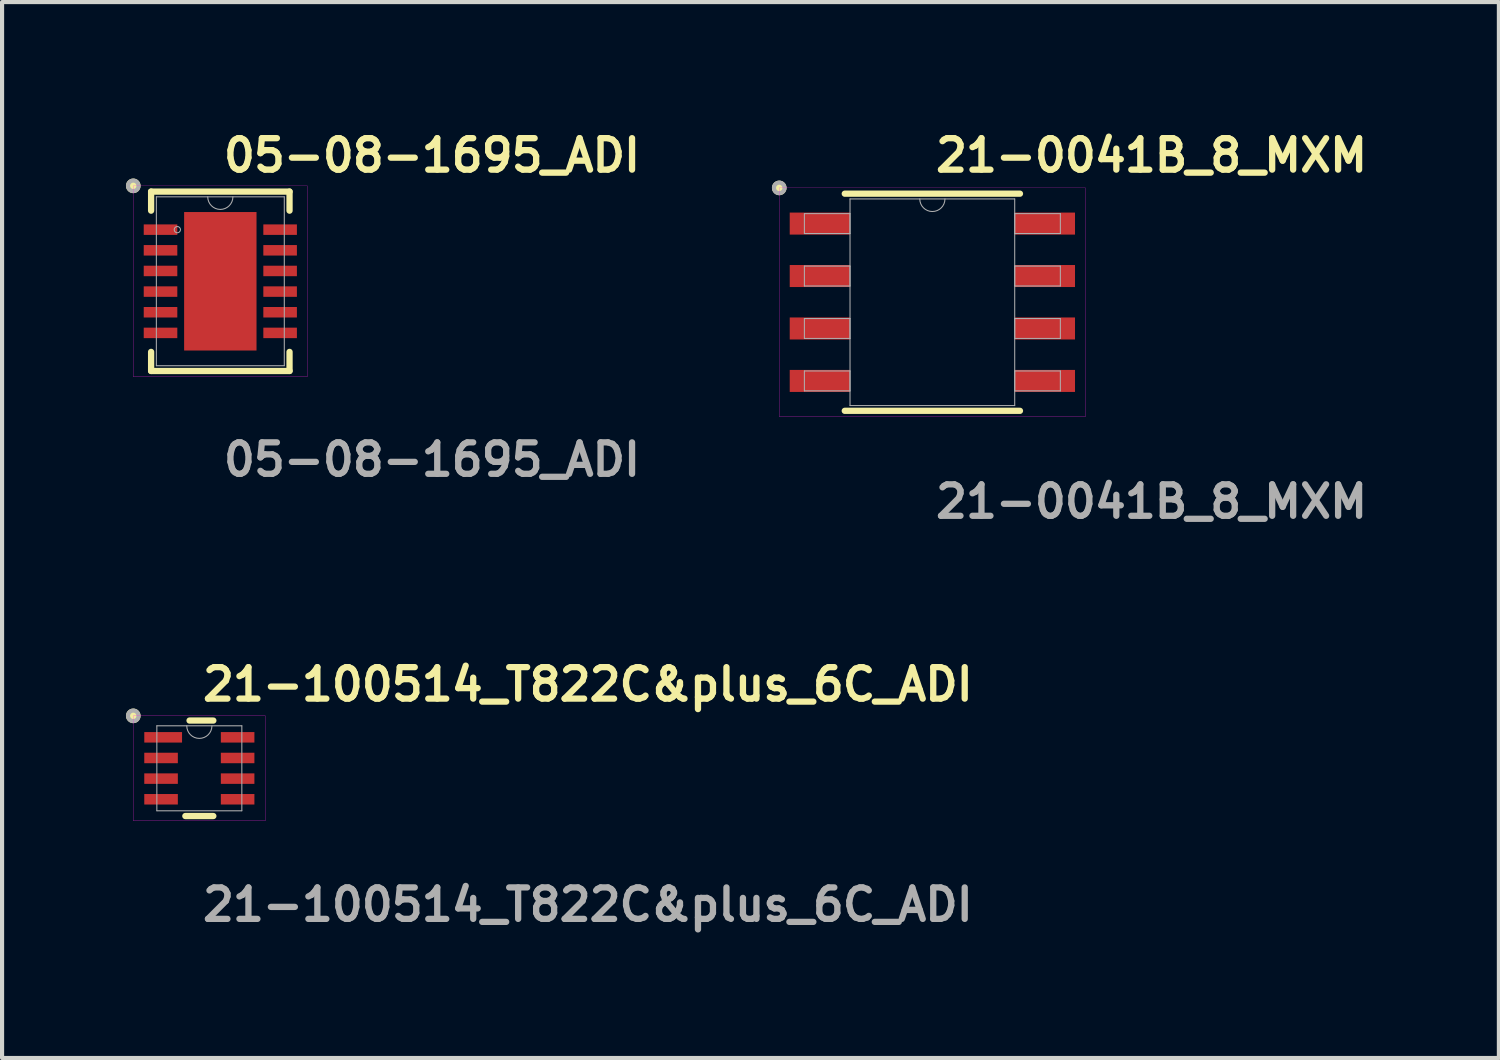
<source format=kicad_pcb>
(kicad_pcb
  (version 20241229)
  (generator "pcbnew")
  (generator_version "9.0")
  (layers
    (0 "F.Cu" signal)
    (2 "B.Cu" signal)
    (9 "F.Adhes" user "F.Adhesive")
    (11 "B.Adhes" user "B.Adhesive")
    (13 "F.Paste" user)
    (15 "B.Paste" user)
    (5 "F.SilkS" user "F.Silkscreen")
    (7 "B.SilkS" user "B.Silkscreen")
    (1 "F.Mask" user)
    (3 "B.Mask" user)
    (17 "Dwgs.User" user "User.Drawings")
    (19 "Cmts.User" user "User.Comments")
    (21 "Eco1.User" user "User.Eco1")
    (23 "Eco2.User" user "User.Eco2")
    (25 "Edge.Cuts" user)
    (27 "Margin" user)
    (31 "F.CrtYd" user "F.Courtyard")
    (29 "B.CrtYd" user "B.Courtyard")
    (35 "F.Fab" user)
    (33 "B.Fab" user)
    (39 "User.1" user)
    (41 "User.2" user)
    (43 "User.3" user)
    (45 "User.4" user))
  (footprint "21-0041B_8_MXM"
    (layer "F.Cu")
    (at 19.527 4.269)
    (property "Reference" "21-0041B_8_MXM" (at 0 -3.556 0) (unlocked yes) (layer "F.SilkS") (effects (font (size 0.762 0.762) (thickness 0.152) (bold yes)) (justify left)))
    (attr smd)
    (fp_line (start -2.121 2.629) (end 2.121 2.629) (stroke (width 0.152) (type solid)) (layer "F.SilkS"))
    (fp_line (start 2.121 -2.629) (end -2.121 -2.629) (stroke (width 0.152) (type solid)) (layer "F.SilkS"))
    (fp_circle (center -3.708 -2.769) (end -3.581 -2.769) (stroke (width 0.1) (type solid)) (fill yes) (layer "F.SilkS"))
    (fp_rect (start -3.708 -2.769) (end 3.708 2.769) (stroke (width 0.006) (type default)) (fill no) (layer "F.CrtYd"))
    (fp_line (start -3.099 -2.146) (end -3.099 -1.664) (stroke (width 0.025) (type solid)) (layer "F.Fab"))
    (fp_line (start -3.099 -1.664) (end -1.994 -1.664) (stroke (width 0.025) (type solid)) (layer "F.Fab"))
    (fp_line (start -3.099 -0.876) (end -3.099 -0.394) (stroke (width 0.025) (type solid)) (layer "F.Fab"))
    (fp_line (start -3.099 -0.394) (end -1.994 -0.394) (stroke (width 0.025) (type solid)) (layer "F.Fab"))
    (fp_line (start -3.099 0.394) (end -3.099 0.876) (stroke (width 0.025) (type solid)) (layer "F.Fab"))
    (fp_line (start -3.099 0.876) (end -1.994 0.876) (stroke (width 0.025) (type solid)) (layer "F.Fab"))
    (fp_line (start -3.099 1.664) (end -3.099 2.146) (stroke (width 0.025) (type solid)) (layer "F.Fab"))
    (fp_line (start -3.099 2.146) (end -1.994 2.146) (stroke (width 0.025) (type solid)) (layer "F.Fab"))
    (fp_line (start -1.994 -2.502) (end -1.994 2.502) (stroke (width 0.025) (type solid)) (layer "F.Fab"))
    (fp_line (start -1.994 -2.146) (end -3.099 -2.146) (stroke (width 0.025) (type solid)) (layer "F.Fab"))
    (fp_line (start -1.994 -1.664) (end -1.994 -2.146) (stroke (width 0.025) (type solid)) (layer "F.Fab"))
    (fp_line (start -1.994 -0.876) (end -3.099 -0.876) (stroke (width 0.025) (type solid)) (layer "F.Fab"))
    (fp_line (start -1.994 -0.394) (end -1.994 -0.876) (stroke (width 0.025) (type solid)) (layer "F.Fab"))
    (fp_line (start -1.994 0.394) (end -3.099 0.394) (stroke (width 0.025) (type solid)) (layer "F.Fab"))
    (fp_line (start -1.994 0.876) (end -1.994 0.394) (stroke (width 0.025) (type solid)) (layer "F.Fab"))
    (fp_line (start -1.994 1.664) (end -3.099 1.664) (stroke (width 0.025) (type solid)) (layer "F.Fab"))
    (fp_line (start -1.994 2.146) (end -1.994 1.664) (stroke (width 0.025) (type solid)) (layer "F.Fab"))
    (fp_line (start -1.994 2.502) (end 1.994 2.502) (stroke (width 0.025) (type solid)) (layer "F.Fab"))
    (fp_line (start 1.994 -2.502) (end -1.994 -2.502) (stroke (width 0.025) (type solid)) (layer "F.Fab"))
    (fp_line (start 1.994 -2.146) (end 1.994 -1.664) (stroke (width 0.025) (type solid)) (layer "F.Fab"))
    (fp_line (start 1.994 -1.664) (end 3.099 -1.664) (stroke (width 0.025) (type solid)) (layer "F.Fab"))
    (fp_line (start 1.994 -0.876) (end 1.994 -0.394) (stroke (width 0.025) (type solid)) (layer "F.Fab"))
    (fp_line (start 1.994 -0.394) (end 3.099 -0.394) (stroke (width 0.025) (type solid)) (layer "F.Fab"))
    (fp_line (start 1.994 0.394) (end 1.994 0.876) (stroke (width 0.025) (type solid)) (layer "F.Fab"))
    (fp_line (start 1.994 0.876) (end 3.099 0.876) (stroke (width 0.025) (type solid)) (layer "F.Fab"))
    (fp_line (start 1.994 1.664) (end 1.994 2.146) (stroke (width 0.025) (type solid)) (layer "F.Fab"))
    (fp_line (start 1.994 2.146) (end 3.099 2.146) (stroke (width 0.025) (type solid)) (layer "F.Fab"))
    (fp_line (start 1.994 2.502) (end 1.994 -2.502) (stroke (width 0.025) (type solid)) (layer "F.Fab"))
    (fp_line (start 3.099 -2.146) (end 1.994 -2.146) (stroke (width 0.025) (type solid)) (layer "F.Fab"))
    (fp_line (start 3.099 -1.664) (end 3.099 -2.146) (stroke (width 0.025) (type solid)) (layer "F.Fab"))
    (fp_line (start 3.099 -0.876) (end 1.994 -0.876) (stroke (width 0.025) (type solid)) (layer "F.Fab"))
    (fp_line (start 3.099 -0.394) (end 3.099 -0.876) (stroke (width 0.025) (type solid)) (layer "F.Fab"))
    (fp_line (start 3.099 0.394) (end 1.994 0.394) (stroke (width 0.025) (type solid)) (layer "F.Fab"))
    (fp_line (start 3.099 0.876) (end 3.099 0.394) (stroke (width 0.025) (type solid)) (layer "F.Fab"))
    (fp_line (start 3.099 1.664) (end 1.994 1.664) (stroke (width 0.025) (type solid)) (layer "F.Fab"))
    (fp_line (start 3.099 2.146) (end 3.099 1.664) (stroke (width 0.025) (type solid)) (layer "F.Fab"))
    (fp_arc (start 0.3048 -2.5019) (mid 0 -2.1971) (end -0.3048 -2.5019) (stroke (width 0.0254) (type solid)) (layer "F.Fab"))
    (fp_circle (center -3.708 -2.769) (end -3.581 -2.769) (stroke (width 0.1) (type solid)) (fill no) (layer "F.Fab"))
    (fp_text user "${REFERENCE}" (at 0 4.826 0) (unlocked yes) (layer "F.Fab") (effects (font (size 0.762 0.762) (thickness 0.152) (bold yes)) (justify left)))
    (pad "1" smd rect (at -2.724 -1.905) (size 1.46 0.533) (layers "F.Cu" "F.Mask" "F.Paste"))
    (pad "2" smd rect (at -2.724 -0.635) (size 1.46 0.533) (layers "F.Cu" "F.Mask" "F.Paste"))
    (pad "3" smd rect (at -2.724 0.635) (size 1.46 0.533) (layers "F.Cu" "F.Mask" "F.Paste"))
    (pad "4" smd rect (at -2.724 1.905) (size 1.46 0.533) (layers "F.Cu" "F.Mask" "F.Paste"))
    (pad "5" smd rect (at 2.724 1.905) (size 1.46 0.533) (layers "F.Cu" "F.Mask" "F.Paste"))
    (pad "6" smd rect (at 2.724 0.635) (size 1.46 0.533) (layers "F.Cu" "F.Mask" "F.Paste"))
    (pad "7" smd rect (at 2.724 -0.635) (size 1.46 0.533) (layers "F.Cu" "F.Mask" "F.Paste"))
    (pad "8" smd rect (at 2.724 -1.905) (size 1.46 0.533) (layers "F.Cu" "F.Mask" "F.Paste")))
  (footprint "05-08-1695_ADI"
    (layer "F.Cu")
    (at 2.285 3.761)
    (property "Reference" "05-08-1695_ADI" (at 0 -3.048 0) (unlocked yes) (layer "F.SilkS") (effects (font (size 0.762 0.762) (thickness 0.152) (bold yes)) (justify left)))
    (attr smd)
    (fp_line (start -1.676 -2.172) (end -1.676 -1.71) (stroke (width 0.152) (type solid)) (layer "F.SilkS"))
    (fp_line (start -1.676 1.71) (end -1.676 2.172) (stroke (width 0.152) (type solid)) (layer "F.SilkS"))
    (fp_line (start -1.676 2.172) (end 1.676 2.172) (stroke (width 0.152) (type solid)) (layer "F.SilkS"))
    (fp_line (start 1.676 -2.172) (end -1.676 -2.172) (stroke (width 0.152) (type solid)) (layer "F.SilkS"))
    (fp_line (start 1.676 -1.71) (end 1.676 -2.172) (stroke (width 0.152) (type solid)) (layer "F.SilkS"))
    (fp_line (start 1.676 2.172) (end 1.676 1.71) (stroke (width 0.152) (type solid)) (layer "F.SilkS"))
    (fp_circle (center -2.108 -2.311) (end -1.981 -2.311) (stroke (width 0.1) (type solid)) (fill yes) (layer "F.SilkS"))
    (fp_poly (pts (xy -0.776 -1.576) (xy -0.776 -0.1) (xy 0.776 -0.1) (xy 0.776 -1.576)) (stroke (width 0) (type solid)) (fill yes) (layer "F.Paste"))
    (fp_poly (pts (xy -0.776 0.1) (xy -0.776 1.576) (xy 0.776 1.576) (xy 0.776 0.1)) (stroke (width 0) (type solid)) (fill yes) (layer "F.Paste"))
    (fp_rect (start -2.108 -2.311) (end 2.108 2.311) (stroke (width 0.006) (type default)) (fill no) (layer "F.CrtYd"))
    (fp_line (start -1.549 -2.045) (end -1.549 2.045) (stroke (width 0.025) (type solid)) (layer "F.Fab"))
    (fp_line (start -1.549 2.045) (end 1.549 2.045) (stroke (width 0.025) (type solid)) (layer "F.Fab"))
    (fp_line (start 1.549 -2.045) (end -1.549 -2.045) (stroke (width 0.025) (type solid)) (layer "F.Fab"))
    (fp_line (start 1.549 2.045) (end 1.549 -2.045) (stroke (width 0.025) (type solid)) (layer "F.Fab"))
    (fp_arc (start 0.3048 -2.0447) (mid 0 -1.7399) (end -0.3048 -2.0447) (stroke (width 0.0254) (type solid)) (layer "F.Fab"))
    (fp_circle (center -2.108 -2.311) (end -1.981 -2.311) (stroke (width 0.1) (type solid)) (fill no) (layer "F.Fab"))
    (fp_circle (center -1.041 -1.25) (end -0.965 -1.25) (stroke (width 0.025) (type solid)) (fill no) (layer "F.Fab"))
    (fp_text user "${REFERENCE}" (at 0 4.318 0) (unlocked yes) (layer "F.Fab") (effects (font (size 0.762 0.762) (thickness 0.152) (bold yes)) (justify left)))
    (pad "1" smd rect (at -1.448 -1.25) (size 0.813 0.254) (layers "F.Cu" "F.Mask" "F.Paste"))
    (pad "2" smd rect (at -1.448 -0.75) (size 0.813 0.254) (layers "F.Cu" "F.Mask" "F.Paste"))
    (pad "3" smd rect (at -1.448 -0.25) (size 0.813 0.254) (layers "F.Cu" "F.Mask" "F.Paste"))
    (pad "4" smd rect (at -1.448 0.25) (size 0.813 0.254) (layers "F.Cu" "F.Mask" "F.Paste"))
    (pad "5" smd rect (at -1.448 0.75) (size 0.813 0.254) (layers "F.Cu" "F.Mask" "F.Paste"))
    (pad "6" smd rect (at -1.448 1.25) (size 0.813 0.254) (layers "F.Cu" "F.Mask" "F.Paste"))
    (pad "7" smd rect (at 1.448 1.25) (size 0.813 0.254) (layers "F.Cu" "F.Mask" "F.Paste"))
    (pad "8" smd rect (at 1.448 0.75) (size 0.813 0.254) (layers "F.Cu" "F.Mask" "F.Paste"))
    (pad "9" smd rect (at 1.448 0.25) (size 0.813 0.254) (layers "F.Cu" "F.Mask" "F.Paste"))
    (pad "10" smd rect (at 1.448 -0.25) (size 0.813 0.254) (layers "F.Cu" "F.Mask" "F.Paste"))
    (pad "11" smd rect (at 1.448 -0.75) (size 0.813 0.254) (layers "F.Cu" "F.Mask" "F.Paste"))
    (pad "12" smd rect (at 1.448 -1.25) (size 0.813 0.254) (layers "F.Cu" "F.Mask" "F.Paste"))
    (pad "13" smd rect (at 0 0) (size 1.753 3.353) (layers "F.Cu" "F.Mask" "F.Paste")))
  (footprint "21-100514_T822C&plus_6C_ADI"
    (layer "F.Cu")
    (at 1.777 15.554)
    (property "Reference" "21-100514_T822C&plus_6C_ADI" (at 0 -2.032 0) (unlocked yes) (layer "F.SilkS") (effects (font (size 0.762 0.762) (thickness 0.152) (bold yes)) (justify left)))
    (attr smd)
    (fp_line (start -0.339 1.156) (end 0.339 1.156) (stroke (width 0.152) (type solid)) (layer "F.SilkS"))
    (fp_line (start 0.339 -1.156) (end -0.237 -1.156) (stroke (width 0.152) (type solid)) (layer "F.SilkS"))
    (fp_circle (center -1.6 -1.27) (end -1.473 -1.27) (stroke (width 0.1) (type solid)) (fill yes) (layer "F.SilkS"))
    (fp_rect (start -1.6 -1.27) (end 1.6 1.27) (stroke (width 0.006) (type solid)) (fill no) (layer "F.CrtYd"))
    (fp_line (start -1.029 -1.029) (end -1.029 1.029) (stroke (width 0.025) (type solid)) (layer "F.Fab"))
    (fp_line (start -1.029 1.029) (end 1.029 1.029) (stroke (width 0.025) (type solid)) (layer "F.Fab"))
    (fp_line (start 1.029 -1.029) (end -1.029 -1.029) (stroke (width 0.025) (type solid)) (layer "F.Fab"))
    (fp_line (start 1.029 1.029) (end 1.029 -1.029) (stroke (width 0.025) (type solid)) (layer "F.Fab"))
    (fp_arc (start 0.3048 -1.0287) (mid 0 -0.7239) (end -0.3048 -1.0287) (stroke (width 0.0254) (type solid)) (layer "F.Fab"))
    (fp_circle (center -1.6 -1.27) (end -1.473 -1.27) (stroke (width 0.1) (type solid)) (fill no) (layer "F.Fab"))
    (fp_text user "${REFERENCE}" (at 0 3.302 0) (unlocked yes) (layer "F.Fab") (effects (font (size 0.762 0.762) (thickness 0.152) (bold yes)) (justify left)))
    (pad "1" smd rect (at -0.876 -0.75) (size 0.914 0.254) (layers "F.Cu" "F.Mask" "F.Paste"))
    (pad "2" smd rect (at -0.927 -0.25) (size 0.813 0.254) (layers "F.Cu" "F.Mask" "F.Paste"))
    (pad "3" smd rect (at -0.927 0.25) (size 0.813 0.254) (layers "F.Cu" "F.Mask" "F.Paste"))
    (pad "4" smd rect (at -0.927 0.75) (size 0.813 0.254) (layers "F.Cu" "F.Mask" "F.Paste"))
    (pad "5" smd rect (at 0.927 0.75) (size 0.813 0.254) (layers "F.Cu" "F.Mask" "F.Paste"))
    (pad "6" smd rect (at 0.927 0.25) (size 0.813 0.254) (layers "F.Cu" "F.Mask" "F.Paste"))
    (pad "7" smd rect (at 0.927 -0.25) (size 0.813 0.254) (layers "F.Cu" "F.Mask" "F.Paste"))
    (pad "8" smd rect (at 0.927 -0.75) (size 0.813 0.254) (layers "F.Cu" "F.Mask" "F.Paste")))
  (gr_rect
    (start -3 -3)
    (end 33.245 22.569)
    (stroke (width 0.1) (type default))
    (fill no)
    (layer "Edge.Cuts")))
</source>
